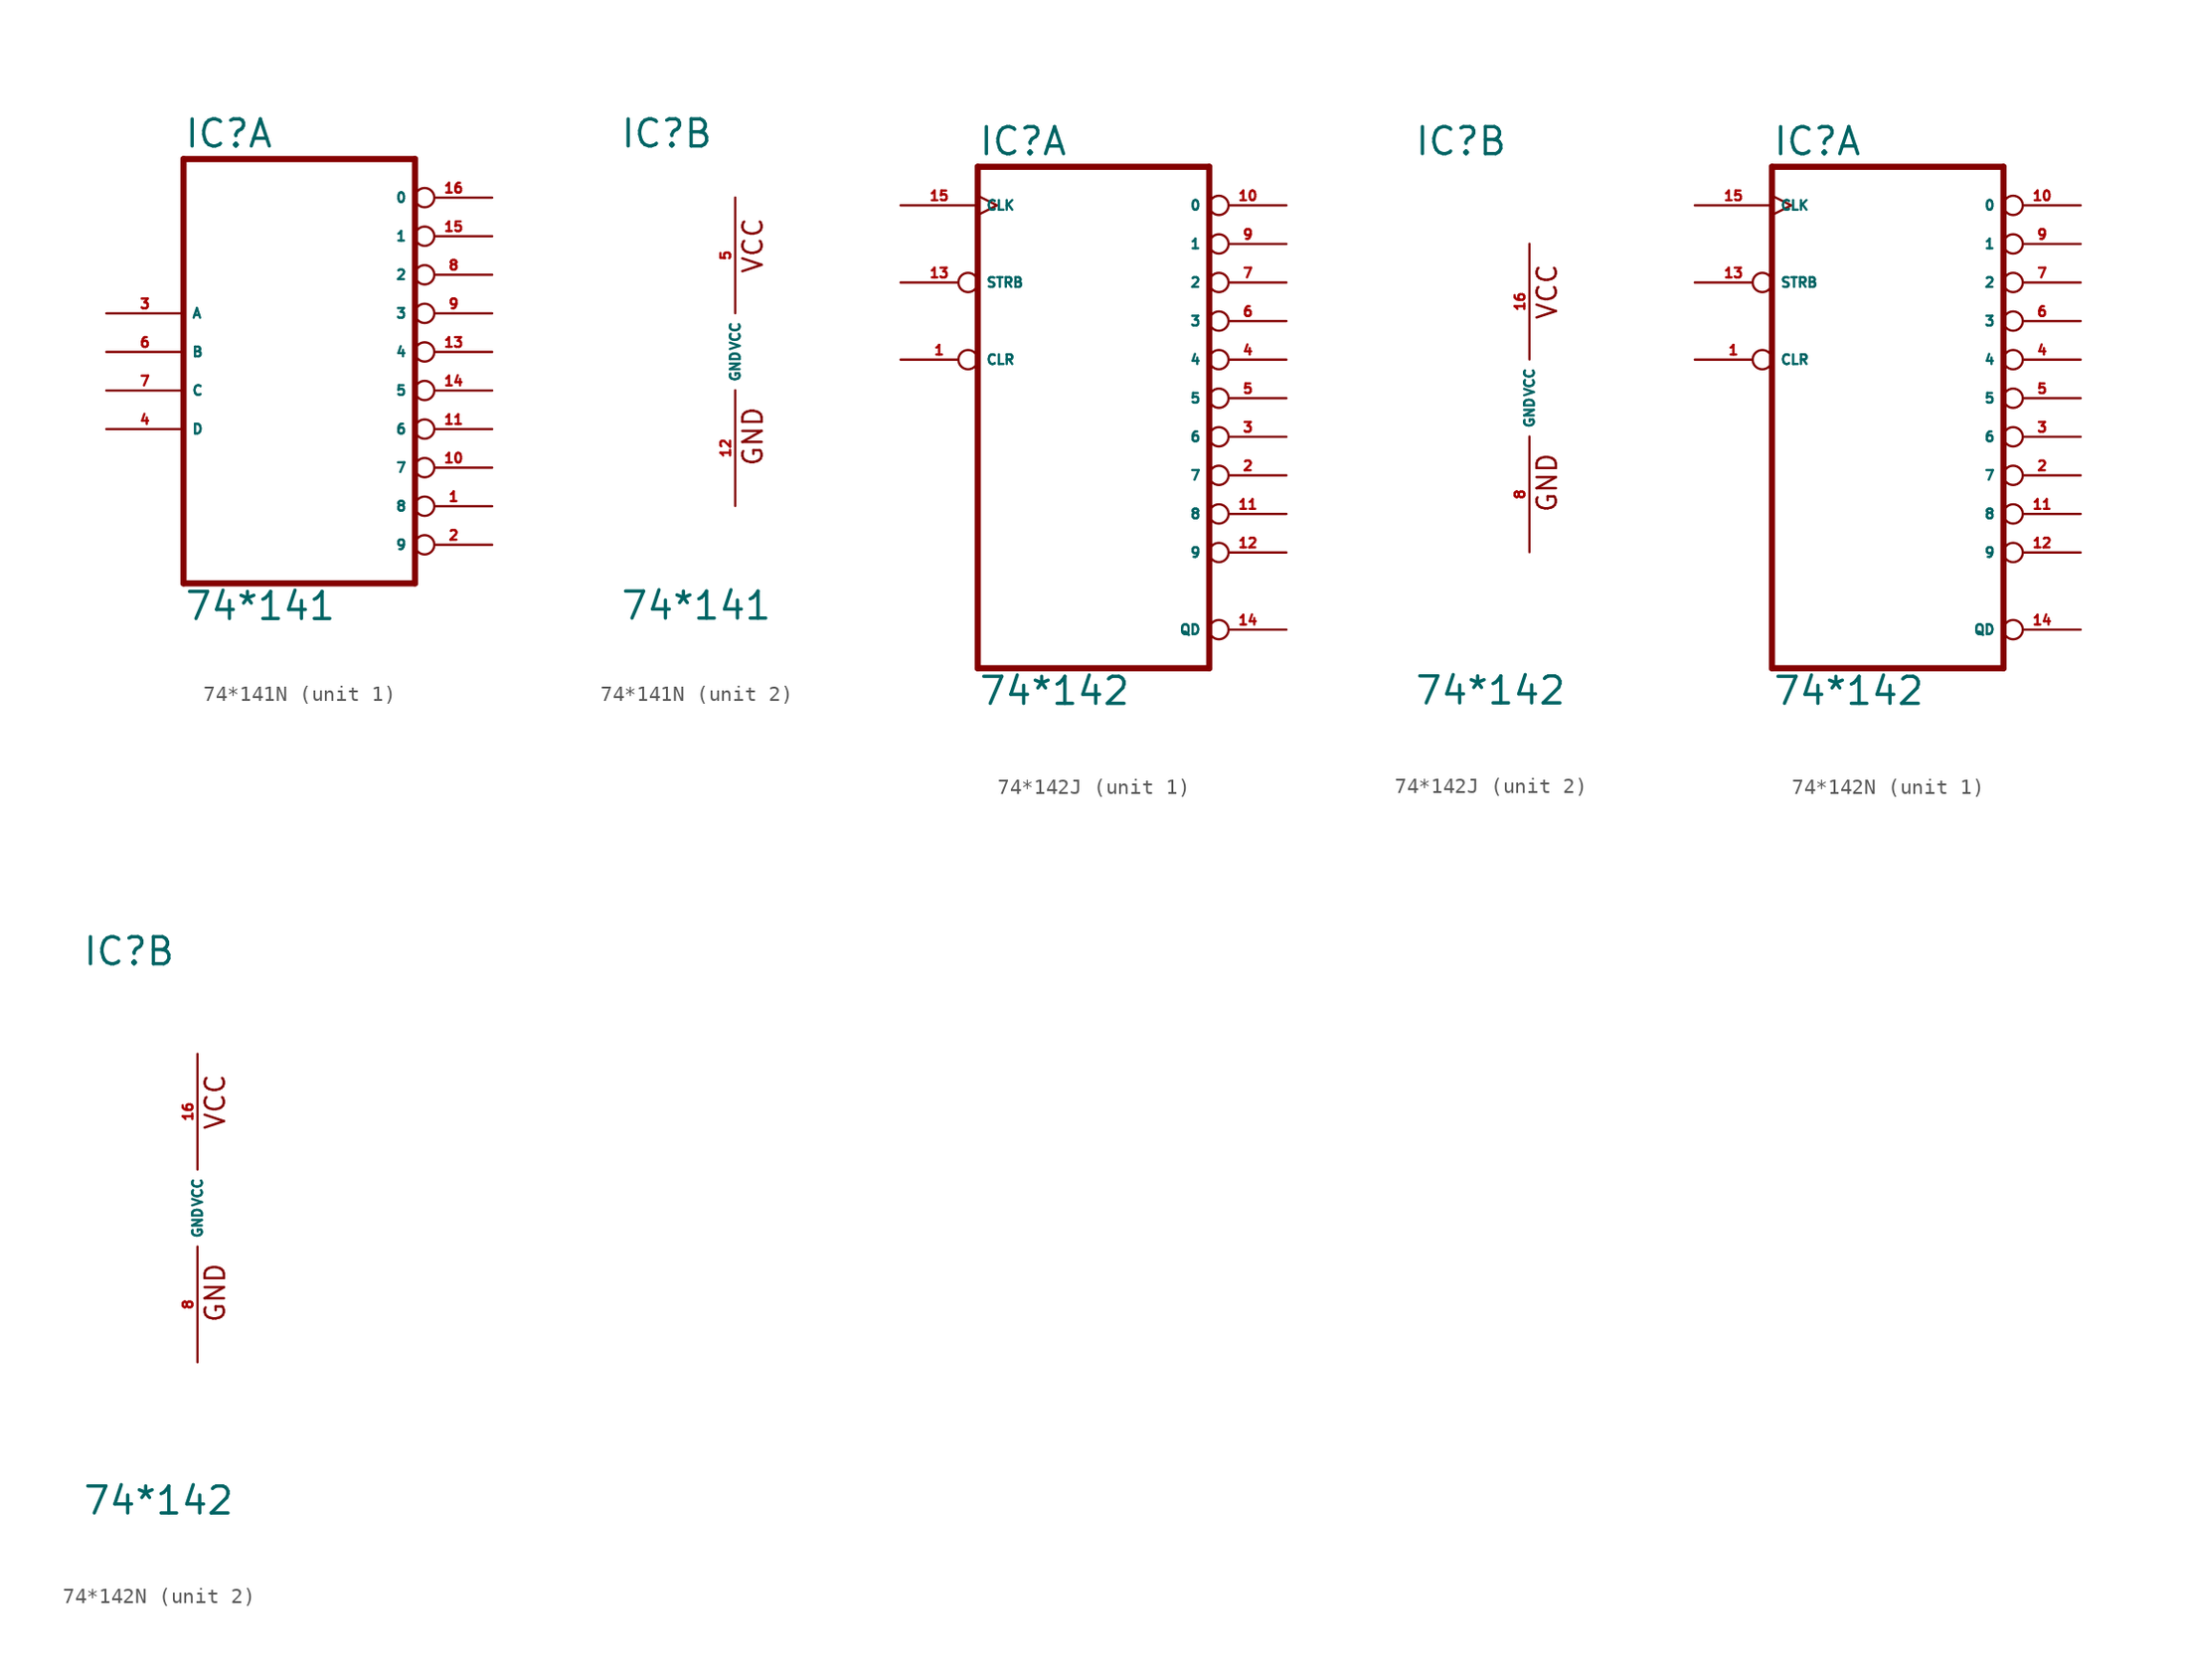
<source format=kicad_sym>
(kicad_symbol_lib
  (version 20220914)
  (generator Eagle2Kicad)
  (symbol "74*141N"
    (property "Reference" "IC"
      (at -7.62 13.335 0)
      (effects (font (size 1.778 1.778) (thickness 0.22)) (justify left bottom)))
    (property "Value" "74*141"
      (at -7.62 -17.78 0)
      (effects (font (size 1.778 1.778) (thickness 0.22)) (justify left bottom)))
    (symbol "74*141N_1_0"
      (polyline (pts (xy -7.62 -15.24) (xy 7.62 -15.24)) (stroke (width 0.406) (type default)) (fill (type none)))
      (polyline (pts (xy 7.62 -15.24) (xy 7.62 12.7)) (stroke (width 0.406) (type default)) (fill (type none)))
      (polyline (pts (xy 7.62 12.7) (xy -7.62 12.7)) (stroke (width 0.406) (type default)) (fill (type none)))
      (polyline (pts (xy -7.62 12.7) (xy -7.62 -15.24)) (stroke (width 0.406) (type default)) (fill (type none)))
      (pin open_collector inverted (at 12.7 -10.16 180) (length 5.08) (name "8" (effects (font (size 0.635 0.635) (thickness 0.08)) (justify left bottom))) (number "1" (effects (font (size 0.635 0.635) (thickness 0.08)) (justify left bottom))))
      (pin open_collector inverted (at 12.7 -12.7 180) (length 5.08) (name "9" (effects (font (size 0.635 0.635) (thickness 0.08)) (justify left bottom))) (number "2" (effects (font (size 0.635 0.635) (thickness 0.08)) (justify left bottom))))
      (pin input line (at -12.7 2.54 0) (length 5.08) (name "A" (effects (font (size 0.635 0.635) (thickness 0.08)) (justify left bottom))) (number "3" (effects (font (size 0.635 0.635) (thickness 0.08)) (justify left bottom))))
      (pin input line (at -12.7 -5.08 0) (length 5.08) (name "D" (effects (font (size 0.635 0.635) (thickness 0.08)) (justify left bottom))) (number "4" (effects (font (size 0.635 0.635) (thickness 0.08)) (justify left bottom))))
      (pin input line (at -12.7 0 0) (length 5.08) (name "B" (effects (font (size 0.635 0.635) (thickness 0.08)) (justify left bottom))) (number "6" (effects (font (size 0.635 0.635) (thickness 0.08)) (justify left bottom))))
      (pin input line (at -12.7 -2.54 0) (length 5.08) (name "C" (effects (font (size 0.635 0.635) (thickness 0.08)) (justify left bottom))) (number "7" (effects (font (size 0.635 0.635) (thickness 0.08)) (justify left bottom))))
      (pin open_collector inverted (at 12.7 5.08 180) (length 5.08) (name "2" (effects (font (size 0.635 0.635) (thickness 0.08)) (justify left bottom))) (number "8" (effects (font (size 0.635 0.635) (thickness 0.08)) (justify left bottom))))
      (pin open_collector inverted (at 12.7 2.54 180) (length 5.08) (name "3" (effects (font (size 0.635 0.635) (thickness 0.08)) (justify left bottom))) (number "9" (effects (font (size 0.635 0.635) (thickness 0.08)) (justify left bottom))))
      (pin open_collector inverted (at 12.7 -7.62 180) (length 5.08) (name "7" (effects (font (size 0.635 0.635) (thickness 0.08)) (justify left bottom))) (number "10" (effects (font (size 0.635 0.635) (thickness 0.08)) (justify left bottom))))
      (pin open_collector inverted (at 12.7 -5.08 180) (length 5.08) (name "6" (effects (font (size 0.635 0.635) (thickness 0.08)) (justify left bottom))) (number "11" (effects (font (size 0.635 0.635) (thickness 0.08)) (justify left bottom))))
      (pin open_collector inverted (at 12.7 0 180) (length 5.08) (name "4" (effects (font (size 0.635 0.635) (thickness 0.08)) (justify left bottom))) (number "13" (effects (font (size 0.635 0.635) (thickness 0.08)) (justify left bottom))))
      (pin open_collector inverted (at 12.7 -2.54 180) (length 5.08) (name "5" (effects (font (size 0.635 0.635) (thickness 0.08)) (justify left bottom))) (number "14" (effects (font (size 0.635 0.635) (thickness 0.08)) (justify left bottom))))
      (pin open_collector inverted (at 12.7 7.62 180) (length 5.08) (name "1" (effects (font (size 0.635 0.635) (thickness 0.08)) (justify left bottom))) (number "15" (effects (font (size 0.635 0.635) (thickness 0.08)) (justify left bottom))))
      (pin open_collector inverted (at 12.7 10.16 180) (length 5.08) (name "0" (effects (font (size 0.635 0.635) (thickness 0.08)) (justify left bottom))) (number "16" (effects (font (size 0.635 0.635) (thickness 0.08)) (justify left bottom)))))
    (symbol "74*141N_2_0"
      (text "GND" (at 1.905 -7.62 900) (effects (font (size 1.27 1.27) (thickness 0.16)) (justify left bottom)))
      (text "VCC" (at 1.905 5.08 900) (effects (font (size 1.27 1.27) (thickness 0.16)) (justify left bottom)))
      (pin unspecified line (at 0 -10.16 90) (length 7.62) (name "GND" (effects (font (size 0.635 0.635) (thickness 0.08)) (justify left bottom))) (number "12" (effects (font (size 0.635 0.635) (thickness 0.08)) (justify left bottom))))
      (pin unspecified line (at 0 10.16 270) (length 7.62) (name "VCC" (effects (font (size 0.635 0.635) (thickness 0.08)) (justify left bottom))) (number "5" (effects (font (size 0.635 0.635) (thickness 0.08)) (justify left bottom))))))
  (symbol "74*142J"
    (property "Reference" "IC"
      (at -7.62 15.875 0)
      (effects (font (size 1.778 1.778) (thickness 0.22)) (justify left bottom)))
    (property "Value" "74*142"
      (at -7.62 -20.32 0)
      (effects (font (size 1.778 1.778) (thickness 0.22)) (justify left bottom)))
    (symbol "74*142J_1_0"
      (polyline (pts (xy -7.62 -17.78) (xy 7.62 -17.78)) (stroke (width 0.406) (type default)) (fill (type none)))
      (polyline (pts (xy 7.62 -17.78) (xy 7.62 15.24)) (stroke (width 0.406) (type default)) (fill (type none)))
      (polyline (pts (xy 7.62 15.24) (xy -7.62 15.24)) (stroke (width 0.406) (type default)) (fill (type none)))
      (polyline (pts (xy -7.62 15.24) (xy -7.62 -17.78)) (stroke (width 0.406) (type default)) (fill (type none)))
      (pin input inverted (at -12.7 2.54 0) (length 5.08) (name "CLR" (effects (font (size 0.635 0.635) (thickness 0.08)) (justify left bottom))) (number "1" (effects (font (size 0.635 0.635) (thickness 0.08)) (justify left bottom))))
      (pin open_collector inverted (at 12.7 -5.08 180) (length 5.08) (name "7" (effects (font (size 0.635 0.635) (thickness 0.08)) (justify left bottom))) (number "2" (effects (font (size 0.635 0.635) (thickness 0.08)) (justify left bottom))))
      (pin open_collector inverted (at 12.7 -2.54 180) (length 5.08) (name "6" (effects (font (size 0.635 0.635) (thickness 0.08)) (justify left bottom))) (number "3" (effects (font (size 0.635 0.635) (thickness 0.08)) (justify left bottom))))
      (pin open_collector inverted (at 12.7 2.54 180) (length 5.08) (name "4" (effects (font (size 0.635 0.635) (thickness 0.08)) (justify left bottom))) (number "4" (effects (font (size 0.635 0.635) (thickness 0.08)) (justify left bottom))))
      (pin open_collector inverted (at 12.7 0 180) (length 5.08) (name "5" (effects (font (size 0.635 0.635) (thickness 0.08)) (justify left bottom))) (number "5" (effects (font (size 0.635 0.635) (thickness 0.08)) (justify left bottom))))
      (pin open_collector inverted (at 12.7 5.08 180) (length 5.08) (name "3" (effects (font (size 0.635 0.635) (thickness 0.08)) (justify left bottom))) (number "6" (effects (font (size 0.635 0.635) (thickness 0.08)) (justify left bottom))))
      (pin open_collector inverted (at 12.7 7.62 180) (length 5.08) (name "2" (effects (font (size 0.635 0.635) (thickness 0.08)) (justify left bottom))) (number "7" (effects (font (size 0.635 0.635) (thickness 0.08)) (justify left bottom))))
      (pin open_collector inverted (at 12.7 10.16 180) (length 5.08) (name "1" (effects (font (size 0.635 0.635) (thickness 0.08)) (justify left bottom))) (number "9" (effects (font (size 0.635 0.635) (thickness 0.08)) (justify left bottom))))
      (pin open_collector inverted (at 12.7 12.7 180) (length 5.08) (name "0" (effects (font (size 0.635 0.635) (thickness 0.08)) (justify left bottom))) (number "10" (effects (font (size 0.635 0.635) (thickness 0.08)) (justify left bottom))))
      (pin open_collector inverted (at 12.7 -7.62 180) (length 5.08) (name "8" (effects (font (size 0.635 0.635) (thickness 0.08)) (justify left bottom))) (number "11" (effects (font (size 0.635 0.635) (thickness 0.08)) (justify left bottom))))
      (pin open_collector inverted (at 12.7 -10.16 180) (length 5.08) (name "9" (effects (font (size 0.635 0.635) (thickness 0.08)) (justify left bottom))) (number "12" (effects (font (size 0.635 0.635) (thickness 0.08)) (justify left bottom))))
      (pin input inverted (at -12.7 7.62 0) (length 5.08) (name "STRB" (effects (font (size 0.635 0.635) (thickness 0.08)) (justify left bottom))) (number "13" (effects (font (size 0.635 0.635) (thickness 0.08)) (justify left bottom))))
      (pin output inverted (at 12.7 -15.24 180) (length 5.08) (name "QD" (effects (font (size 0.635 0.635) (thickness 0.08)) (justify left bottom))) (number "14" (effects (font (size 0.635 0.635) (thickness 0.08)) (justify left bottom))))
      (pin input clock (at -12.7 12.7 0) (length 5.08) (name "CLK" (effects (font (size 0.635 0.635) (thickness 0.08)) (justify left bottom))) (number "15" (effects (font (size 0.635 0.635) (thickness 0.08)) (justify left bottom)))))
    (symbol "74*142J_2_0"
      (text "GND" (at 1.905 -7.62 900) (effects (font (size 1.27 1.27) (thickness 0.16)) (justify left bottom)))
      (text "VCC" (at 1.905 5.08 900) (effects (font (size 1.27 1.27) (thickness 0.16)) (justify left bottom)))
      (pin unspecified line (at 0 -10.16 90) (length 7.62) (name "GND" (effects (font (size 0.635 0.635) (thickness 0.08)) (justify left bottom))) (number "8" (effects (font (size 0.635 0.635) (thickness 0.08)) (justify left bottom))))
      (pin unspecified line (at 0 10.16 270) (length 7.62) (name "VCC" (effects (font (size 0.635 0.635) (thickness 0.08)) (justify left bottom))) (number "16" (effects (font (size 0.635 0.635) (thickness 0.08)) (justify left bottom))))))
  (symbol "74*142N"
    (property "Reference" "IC"
      (at -7.62 15.875 0)
      (effects (font (size 1.778 1.778) (thickness 0.22)) (justify left bottom)))
    (property "Value" "74*142"
      (at -7.62 -20.32 0)
      (effects (font (size 1.778 1.778) (thickness 0.22)) (justify left bottom)))
    (symbol "74*142N_1_0"
      (polyline (pts (xy -7.62 -17.78) (xy 7.62 -17.78)) (stroke (width 0.406) (type default)) (fill (type none)))
      (polyline (pts (xy 7.62 -17.78) (xy 7.62 15.24)) (stroke (width 0.406) (type default)) (fill (type none)))
      (polyline (pts (xy 7.62 15.24) (xy -7.62 15.24)) (stroke (width 0.406) (type default)) (fill (type none)))
      (polyline (pts (xy -7.62 15.24) (xy -7.62 -17.78)) (stroke (width 0.406) (type default)) (fill (type none)))
      (pin input inverted (at -12.7 2.54 0) (length 5.08) (name "CLR" (effects (font (size 0.635 0.635) (thickness 0.08)) (justify left bottom))) (number "1" (effects (font (size 0.635 0.635) (thickness 0.08)) (justify left bottom))))
      (pin open_collector inverted (at 12.7 -5.08 180) (length 5.08) (name "7" (effects (font (size 0.635 0.635) (thickness 0.08)) (justify left bottom))) (number "2" (effects (font (size 0.635 0.635) (thickness 0.08)) (justify left bottom))))
      (pin open_collector inverted (at 12.7 -2.54 180) (length 5.08) (name "6" (effects (font (size 0.635 0.635) (thickness 0.08)) (justify left bottom))) (number "3" (effects (font (size 0.635 0.635) (thickness 0.08)) (justify left bottom))))
      (pin open_collector inverted (at 12.7 2.54 180) (length 5.08) (name "4" (effects (font (size 0.635 0.635) (thickness 0.08)) (justify left bottom))) (number "4" (effects (font (size 0.635 0.635) (thickness 0.08)) (justify left bottom))))
      (pin open_collector inverted (at 12.7 0 180) (length 5.08) (name "5" (effects (font (size 0.635 0.635) (thickness 0.08)) (justify left bottom))) (number "5" (effects (font (size 0.635 0.635) (thickness 0.08)) (justify left bottom))))
      (pin open_collector inverted (at 12.7 5.08 180) (length 5.08) (name "3" (effects (font (size 0.635 0.635) (thickness 0.08)) (justify left bottom))) (number "6" (effects (font (size 0.635 0.635) (thickness 0.08)) (justify left bottom))))
      (pin open_collector inverted (at 12.7 7.62 180) (length 5.08) (name "2" (effects (font (size 0.635 0.635) (thickness 0.08)) (justify left bottom))) (number "7" (effects (font (size 0.635 0.635) (thickness 0.08)) (justify left bottom))))
      (pin open_collector inverted (at 12.7 10.16 180) (length 5.08) (name "1" (effects (font (size 0.635 0.635) (thickness 0.08)) (justify left bottom))) (number "9" (effects (font (size 0.635 0.635) (thickness 0.08)) (justify left bottom))))
      (pin open_collector inverted (at 12.7 12.7 180) (length 5.08) (name "0" (effects (font (size 0.635 0.635) (thickness 0.08)) (justify left bottom))) (number "10" (effects (font (size 0.635 0.635) (thickness 0.08)) (justify left bottom))))
      (pin open_collector inverted (at 12.7 -7.62 180) (length 5.08) (name "8" (effects (font (size 0.635 0.635) (thickness 0.08)) (justify left bottom))) (number "11" (effects (font (size 0.635 0.635) (thickness 0.08)) (justify left bottom))))
      (pin open_collector inverted (at 12.7 -10.16 180) (length 5.08) (name "9" (effects (font (size 0.635 0.635) (thickness 0.08)) (justify left bottom))) (number "12" (effects (font (size 0.635 0.635) (thickness 0.08)) (justify left bottom))))
      (pin input inverted (at -12.7 7.62 0) (length 5.08) (name "STRB" (effects (font (size 0.635 0.635) (thickness 0.08)) (justify left bottom))) (number "13" (effects (font (size 0.635 0.635) (thickness 0.08)) (justify left bottom))))
      (pin output inverted (at 12.7 -15.24 180) (length 5.08) (name "QD" (effects (font (size 0.635 0.635) (thickness 0.08)) (justify left bottom))) (number "14" (effects (font (size 0.635 0.635) (thickness 0.08)) (justify left bottom))))
      (pin input clock (at -12.7 12.7 0) (length 5.08) (name "CLK" (effects (font (size 0.635 0.635) (thickness 0.08)) (justify left bottom))) (number "15" (effects (font (size 0.635 0.635) (thickness 0.08)) (justify left bottom)))))
    (symbol "74*142N_2_0"
      (text "GND" (at 1.905 -7.62 900) (effects (font (size 1.27 1.27) (thickness 0.16)) (justify left bottom)))
      (text "VCC" (at 1.905 5.08 900) (effects (font (size 1.27 1.27) (thickness 0.16)) (justify left bottom)))
      (pin unspecified line (at 0 -10.16 90) (length 7.62) (name "GND" (effects (font (size 0.635 0.635) (thickness 0.08)) (justify left bottom))) (number "8" (effects (font (size 0.635 0.635) (thickness 0.08)) (justify left bottom))))
      (pin unspecified line (at 0 10.16 270) (length 7.62) (name "VCC" (effects (font (size 0.635 0.635) (thickness 0.08)) (justify left bottom))) (number "16" (effects (font (size 0.635 0.635) (thickness 0.08)) (justify left bottom)))))))
</source>
